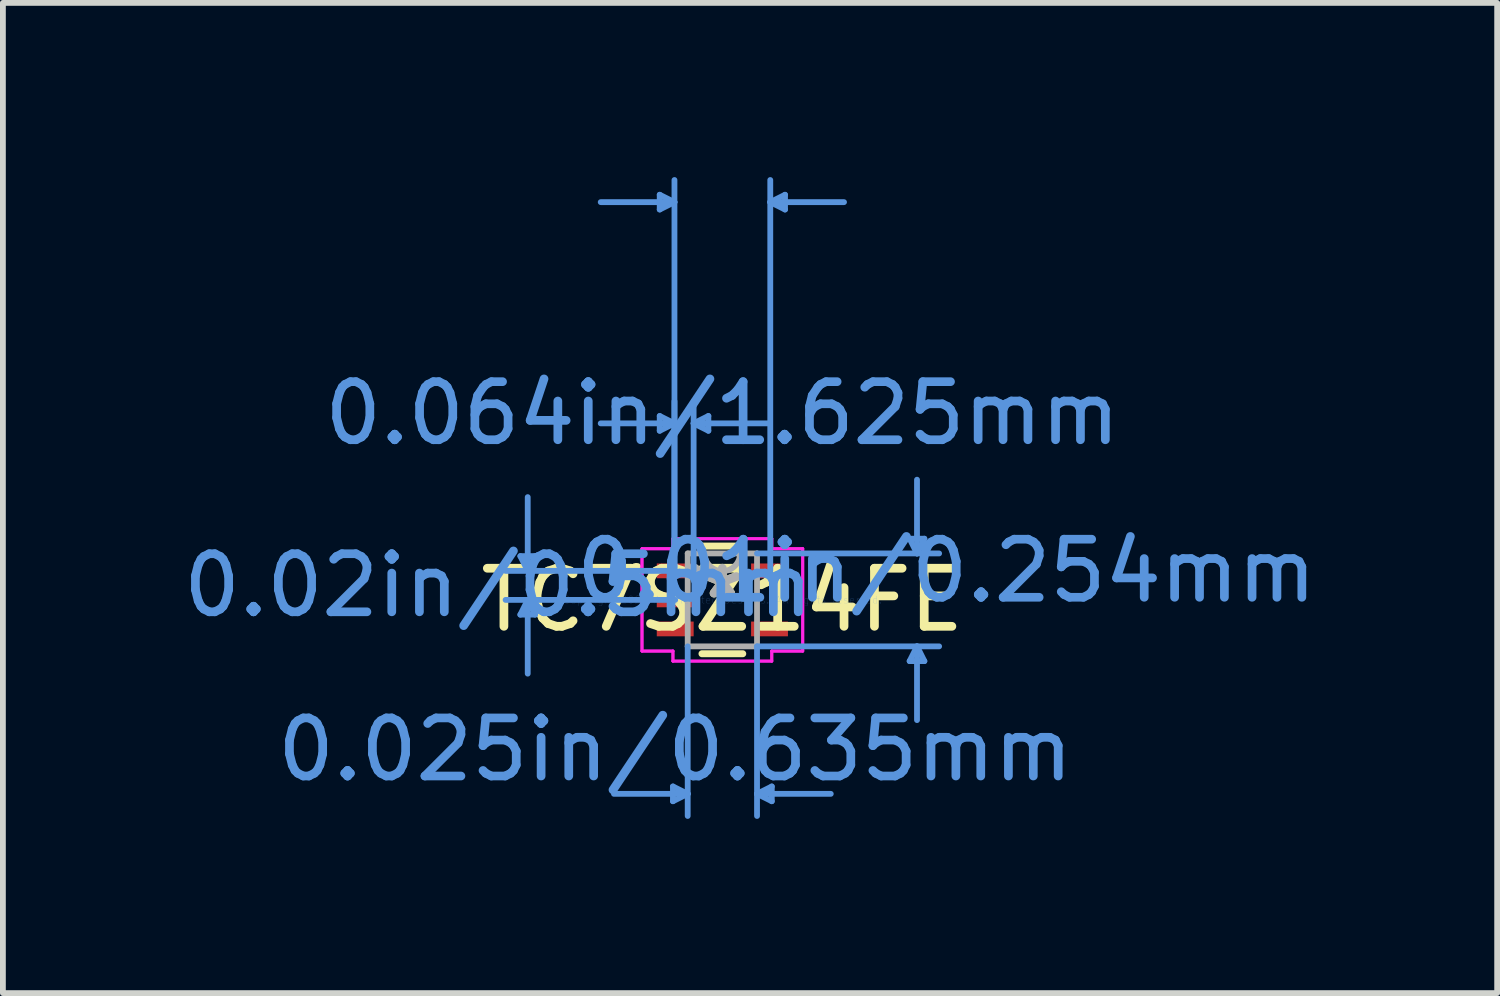
<source format=kicad_pcb>
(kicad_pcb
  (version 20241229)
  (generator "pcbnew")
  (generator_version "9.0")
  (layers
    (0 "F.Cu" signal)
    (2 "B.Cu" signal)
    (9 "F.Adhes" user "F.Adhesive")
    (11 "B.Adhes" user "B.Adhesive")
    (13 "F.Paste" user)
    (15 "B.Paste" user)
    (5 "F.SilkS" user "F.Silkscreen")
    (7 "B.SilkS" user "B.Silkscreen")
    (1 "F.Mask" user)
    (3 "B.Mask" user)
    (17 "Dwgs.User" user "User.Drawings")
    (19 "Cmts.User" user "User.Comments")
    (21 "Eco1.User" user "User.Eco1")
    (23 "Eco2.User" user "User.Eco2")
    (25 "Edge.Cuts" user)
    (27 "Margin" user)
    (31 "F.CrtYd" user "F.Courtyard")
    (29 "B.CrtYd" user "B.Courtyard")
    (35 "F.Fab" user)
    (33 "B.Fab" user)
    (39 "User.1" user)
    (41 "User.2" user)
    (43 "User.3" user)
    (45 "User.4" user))
  (footprint "TC7SZ14FE"
    (layer "F.Cu")
    (at 9.39 7.281)
    (property "Reference" "TC7SZ14FE" (at 0 0 0) (layer "F.SilkS") (effects (font (size 1 1) (thickness 0.15))))
    (attr through_hole)
    (fp_line (start -0.351 0.927) (end 0.351 0.927) (stroke (width 0.12) (type solid)) (layer "F.SilkS"))
    (fp_line (start 0.351 -0.927) (end -0.351 -0.927) (stroke (width 0.12) (type solid)) (layer "F.SilkS"))
    (fp_arc (start -1.462539 -0.426171) (mid -1.5576 -0.5) (end -1.46254 -0.573829) (stroke (width 0.12) (type solid)) (layer "F.SilkS"))
    (fp_line (start -3.479 -0.754) (end -3.225 -0.754) (stroke (width 0.1) (type solid)) (layer "Cmts.User"))
    (fp_line (start -3.479 0.254) (end -3.225 0.254) (stroke (width 0.1) (type solid)) (layer "Cmts.User"))
    (fp_line (start -3.352 -0.5) (end -3.479 -0.754) (stroke (width 0.1) (type solid)) (layer "Cmts.User"))
    (fp_line (start -3.352 -0.5) (end -3.352 -1.77) (stroke (width 0.1) (type solid)) (layer "Cmts.User"))
    (fp_line (start -3.352 -0.5) (end -3.225 -0.754) (stroke (width 0.1) (type solid)) (layer "Cmts.User"))
    (fp_line (start -3.352 0) (end -3.479 0.254) (stroke (width 0.1) (type solid)) (layer "Cmts.User"))
    (fp_line (start -3.352 0) (end -3.352 1.27) (stroke (width 0.1) (type solid)) (layer "Cmts.User"))
    (fp_line (start -3.352 0) (end -3.225 0.254) (stroke (width 0.1) (type solid)) (layer "Cmts.User"))
    (fp_line (start -1.079 -6.977) (end -1.079 -6.723) (stroke (width 0.1) (type solid)) (layer "Cmts.User"))
    (fp_line (start -1.079 -3.167) (end -1.079 -2.913) (stroke (width 0.1) (type solid)) (layer "Cmts.User"))
    (fp_line (start -0.851 3.213) (end -0.851 3.467) (stroke (width 0.1) (type solid)) (layer "Cmts.User"))
    (fp_line (start -0.825 -6.85) (end -2.095 -6.85) (stroke (width 0.1) (type solid)) (layer "Cmts.User"))
    (fp_line (start -0.825 -6.85) (end -1.079 -6.977) (stroke (width 0.1) (type solid)) (layer "Cmts.User"))
    (fp_line (start -0.825 -6.85) (end -1.079 -6.723) (stroke (width 0.1) (type solid)) (layer "Cmts.User"))
    (fp_line (start -0.825 -3.04) (end -2.095 -3.04) (stroke (width 0.1) (type solid)) (layer "Cmts.User"))
    (fp_line (start -0.825 -3.04) (end -1.079 -3.167) (stroke (width 0.1) (type solid)) (layer "Cmts.User"))
    (fp_line (start -0.825 -3.04) (end -1.079 -2.913) (stroke (width 0.1) (type solid)) (layer "Cmts.User"))
    (fp_line (start -0.825 -0.5) (end -0.825 -7.231) (stroke (width 0.1) (type solid)) (layer "Cmts.User"))
    (fp_line (start -0.825 -0.5) (end -0.825 -3.421) (stroke (width 0.1) (type solid)) (layer "Cmts.User"))
    (fp_line (start -0.812 -0.5) (end -3.733 -0.5) (stroke (width 0.1) (type solid)) (layer "Cmts.User"))
    (fp_line (start -0.812 0) (end -3.733 0) (stroke (width 0.1) (type solid)) (layer "Cmts.User"))
    (fp_line (start -0.597 0.8) (end -0.597 3.721) (stroke (width 0.1) (type solid)) (layer "Cmts.User"))
    (fp_line (start -0.597 3.34) (end -1.867 3.34) (stroke (width 0.1) (type solid)) (layer "Cmts.User"))
    (fp_line (start -0.597 3.34) (end -0.851 3.213) (stroke (width 0.1) (type solid)) (layer "Cmts.User"))
    (fp_line (start -0.597 3.34) (end -0.851 3.467) (stroke (width 0.1) (type solid)) (layer "Cmts.User"))
    (fp_line (start -0.495 -3.04) (end -0.241 -3.167) (stroke (width 0.1) (type solid)) (layer "Cmts.User"))
    (fp_line (start -0.495 -3.04) (end -0.241 -2.913) (stroke (width 0.1) (type solid)) (layer "Cmts.User"))
    (fp_line (start -0.495 -3.04) (end 0.775 -3.04) (stroke (width 0.1) (type solid)) (layer "Cmts.User"))
    (fp_line (start -0.495 -0.5) (end -0.495 -3.421) (stroke (width 0.1) (type solid)) (layer "Cmts.User"))
    (fp_line (start -0.241 -3.167) (end -0.241 -2.913) (stroke (width 0.1) (type solid)) (layer "Cmts.User"))
    (fp_line (start 0.597 -0.8) (end 3.733 -0.8) (stroke (width 0.1) (type solid)) (layer "Cmts.User"))
    (fp_line (start 0.597 0.8) (end 0.597 3.721) (stroke (width 0.1) (type solid)) (layer "Cmts.User"))
    (fp_line (start 0.597 0.8) (end 3.733 0.8) (stroke (width 0.1) (type solid)) (layer "Cmts.User"))
    (fp_line (start 0.597 3.34) (end 0.851 3.213) (stroke (width 0.1) (type solid)) (layer "Cmts.User"))
    (fp_line (start 0.597 3.34) (end 0.851 3.467) (stroke (width 0.1) (type solid)) (layer "Cmts.User"))
    (fp_line (start 0.597 3.34) (end 1.867 3.34) (stroke (width 0.1) (type solid)) (layer "Cmts.User"))
    (fp_line (start 0.825 -6.85) (end 1.079 -6.977) (stroke (width 0.1) (type solid)) (layer "Cmts.User"))
    (fp_line (start 0.825 -6.85) (end 1.079 -6.723) (stroke (width 0.1) (type solid)) (layer "Cmts.User"))
    (fp_line (start 0.825 -6.85) (end 2.095 -6.85) (stroke (width 0.1) (type solid)) (layer "Cmts.User"))
    (fp_line (start 0.825 -0.5) (end 0.825 -7.231) (stroke (width 0.1) (type solid)) (layer "Cmts.User"))
    (fp_line (start 0.851 3.213) (end 0.851 3.467) (stroke (width 0.1) (type solid)) (layer "Cmts.User"))
    (fp_line (start 1.079 -6.977) (end 1.079 -6.723) (stroke (width 0.1) (type solid)) (layer "Cmts.User"))
    (fp_line (start 3.225 -1.054) (end 3.479 -1.054) (stroke (width 0.1) (type solid)) (layer "Cmts.User"))
    (fp_line (start 3.225 1.054) (end 3.479 1.054) (stroke (width 0.1) (type solid)) (layer "Cmts.User"))
    (fp_line (start 3.352 -0.8) (end 3.225 -1.054) (stroke (width 0.1) (type solid)) (layer "Cmts.User"))
    (fp_line (start 3.352 -0.8) (end 3.352 -2.07) (stroke (width 0.1) (type solid)) (layer "Cmts.User"))
    (fp_line (start 3.352 -0.8) (end 3.479 -1.054) (stroke (width 0.1) (type solid)) (layer "Cmts.User"))
    (fp_line (start 3.352 0.8) (end 3.225 1.054) (stroke (width 0.1) (type solid)) (layer "Cmts.User"))
    (fp_line (start 3.352 0.8) (end 3.352 2.07) (stroke (width 0.1) (type solid)) (layer "Cmts.User"))
    (fp_line (start 3.352 0.8) (end 3.479 1.054) (stroke (width 0.1) (type solid)) (layer "Cmts.User"))
    (fp_line (start -1.384 -0.881) (end -0.851 -0.881) (stroke (width 0.05) (type solid)) (layer "F.CrtYd"))
    (fp_line (start -1.384 -0.881) (end -0.851 -0.881) (stroke (width 0.05) (type solid)) (layer "F.CrtYd"))
    (fp_line (start -1.384 0.881) (end -1.384 -0.881) (stroke (width 0.05) (type solid)) (layer "F.CrtYd"))
    (fp_line (start -1.384 0.881) (end -1.384 -0.881) (stroke (width 0.05) (type solid)) (layer "F.CrtYd"))
    (fp_line (start -1.384 0.881) (end -0.851 0.881) (stroke (width 0.05) (type solid)) (layer "F.CrtYd"))
    (fp_line (start -0.851 -1.054) (end 0.851 -1.054) (stroke (width 0.05) (type solid)) (layer "F.CrtYd"))
    (fp_line (start -0.851 -1.054) (end 0.851 -1.054) (stroke (width 0.05) (type solid)) (layer "F.CrtYd"))
    (fp_line (start -0.851 -0.881) (end -0.851 -1.054) (stroke (width 0.05) (type solid)) (layer "F.CrtYd"))
    (fp_line (start -0.851 -0.881) (end -0.851 -1.054) (stroke (width 0.05) (type solid)) (layer "F.CrtYd"))
    (fp_line (start -0.851 0.881) (end -1.384 0.881) (stroke (width 0.05) (type solid)) (layer "F.CrtYd"))
    (fp_line (start -0.851 1.054) (end -0.851 0.881) (stroke (width 0.05) (type solid)) (layer "F.CrtYd"))
    (fp_line (start -0.851 1.054) (end -0.851 0.881) (stroke (width 0.05) (type solid)) (layer "F.CrtYd"))
    (fp_line (start 0.851 -1.054) (end 0.851 -0.881) (stroke (width 0.05) (type solid)) (layer "F.CrtYd"))
    (fp_line (start 0.851 -1.054) (end 0.851 -0.881) (stroke (width 0.05) (type solid)) (layer "F.CrtYd"))
    (fp_line (start 0.851 -0.881) (end 1.384 -0.881) (stroke (width 0.05) (type solid)) (layer "F.CrtYd"))
    (fp_line (start 0.851 0.881) (end 0.851 1.054) (stroke (width 0.05) (type solid)) (layer "F.CrtYd"))
    (fp_line (start 0.851 0.881) (end 0.851 1.054) (stroke (width 0.05) (type solid)) (layer "F.CrtYd"))
    (fp_line (start 0.851 1.054) (end -0.851 1.054) (stroke (width 0.05) (type solid)) (layer "F.CrtYd"))
    (fp_line (start 0.851 1.054) (end -0.851 1.054) (stroke (width 0.05) (type solid)) (layer "F.CrtYd"))
    (fp_line (start 1.384 -0.881) (end 0.851 -0.881) (stroke (width 0.05) (type solid)) (layer "F.CrtYd"))
    (fp_line (start 1.384 -0.881) (end 1.384 0.881) (stroke (width 0.05) (type solid)) (layer "F.CrtYd"))
    (fp_line (start 1.384 -0.881) (end 1.384 0.881) (stroke (width 0.05) (type solid)) (layer "F.CrtYd"))
    (fp_line (start 1.384 0.881) (end 0.851 0.881) (stroke (width 0.05) (type solid)) (layer "F.CrtYd"))
    (fp_line (start 1.384 0.881) (end 0.851 0.881) (stroke (width 0.05) (type solid)) (layer "F.CrtYd"))
    (fp_line (start -0.597 -0.8) (end -0.597 0.8) (stroke (width 0.1) (type solid)) (layer "F.Fab"))
    (fp_line (start -0.597 0.8) (end 0.597 0.8) (stroke (width 0.1) (type solid)) (layer "F.Fab"))
    (fp_line (start 0.597 -0.8) (end -0.597 -0.8) (stroke (width 0.1) (type solid)) (layer "F.Fab"))
    (fp_line (start 0.597 0.8) (end 0.597 -0.8) (stroke (width 0.1) (type solid)) (layer "F.Fab"))
    (fp_arc (start 0.3048 -0.8001) (mid 0 -0.4953) (end -0.3048 -0.8001) (stroke (width 0.1) (type solid)) (layer "F.Fab"))
    (fp_circle (center -0.495 -0.5) (end -0.419 -0.5) (stroke (width 0.1) (type solid)) (fill no) (layer "F.Fab"))
    (fp_text user "*" (at 0 0 0) (layer "F.SilkS") (effects (font (size 1 1) (thickness 0.15))))
    (fp_text user "Copyright 2021 Accelerated Designs. All rights reserved." (at 0 0 0) (layer "Cmts.User") (effects (font (size 0.127 0.127) (thickness 0.002))))
    (fp_text user "0.02in/0.5mm" (at -3.86 -0.25 0) (layer "Cmts.User") (effects (font (size 1 1) (thickness 0.15))))
    (fp_text user "0.025in/0.635mm" (at -0.812 2.578 0) (layer "Cmts.User") (effects (font (size 1 1) (thickness 0.15))))
    (fp_text user "0.01in/0.254mm" (at 3.86 -0.5 0) (layer "Cmts.User") (effects (font (size 1 1) (thickness 0.15))))
    (fp_text user "0.064in/1.625mm" (at 0 -3.213 0) (layer "Cmts.User") (effects (font (size 1 1) (thickness 0.15))))
    (fp_text user "*" (at 0 0 0) (layer "F.Fab") (effects (font (size 1 1) (thickness 0.15))))
    (pad "1" smd rect (at -0.812 -0.5) (size 0.635 0.254) (layers "F.Cu" "F.Mask" "F.Paste"))
    (pad "2" smd rect (at -0.812 0) (size 0.635 0.254) (layers "F.Cu" "F.Mask" "F.Paste"))
    (pad "3" smd rect (at -0.812 0.5) (size 0.635 0.254) (layers "F.Cu" "F.Mask" "F.Paste"))
    (pad "4" smd rect (at 0.812 0.5) (size 0.635 0.254) (layers "F.Cu" "F.Mask" "F.Paste"))
    (pad "5" smd rect (at 0.812 -0.5) (size 0.635 0.254) (layers "F.Cu" "F.Mask" "F.Paste")))
  (gr_rect
    (start -3 -3)
    (end 22.733 14.052)
    (stroke (width 0.1) (type default))
    (fill no)
    (layer "Edge.Cuts")))
</source>
